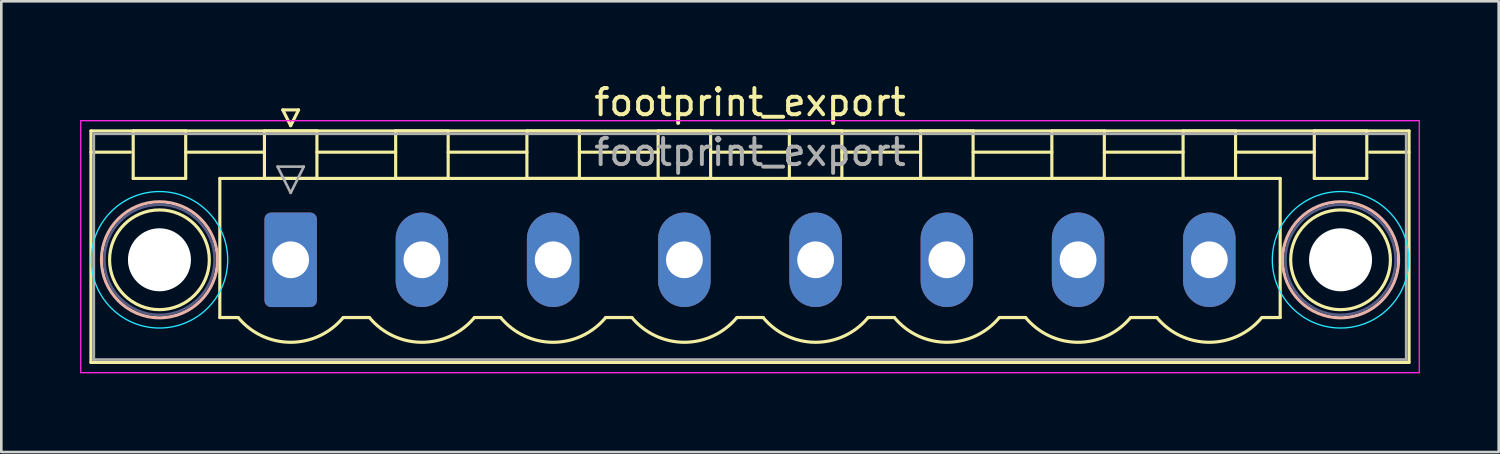
<source format=kicad_pcb>
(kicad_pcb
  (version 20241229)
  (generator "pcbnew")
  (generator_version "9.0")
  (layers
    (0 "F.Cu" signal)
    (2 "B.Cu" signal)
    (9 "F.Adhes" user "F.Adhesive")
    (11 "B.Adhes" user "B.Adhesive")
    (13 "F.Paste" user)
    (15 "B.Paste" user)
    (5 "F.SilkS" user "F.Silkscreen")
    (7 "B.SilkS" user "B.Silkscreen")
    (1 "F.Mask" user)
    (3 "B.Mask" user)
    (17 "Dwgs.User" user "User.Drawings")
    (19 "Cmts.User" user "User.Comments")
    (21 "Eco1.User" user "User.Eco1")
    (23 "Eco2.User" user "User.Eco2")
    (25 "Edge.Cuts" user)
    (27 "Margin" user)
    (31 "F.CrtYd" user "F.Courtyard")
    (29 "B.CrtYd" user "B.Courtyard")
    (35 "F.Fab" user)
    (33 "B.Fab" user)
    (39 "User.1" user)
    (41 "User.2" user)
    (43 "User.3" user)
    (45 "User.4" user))
  (footprint "footprint_export"
    (layer "F.Cu")
    (at 8.025 6.848)
    (property "Reference" "footprint_export" (at 17.5 -6 0) (layer "F.SilkS") (effects (font (size 1 1) (thickness 0.15))))
    (attr through_hole)
    (fp_line (start -7.61 -4.91) (end -7.61 3.91) (stroke (width 0.12) (type solid)) (layer "F.SilkS"))
    (fp_line (start -7.61 -4.1) (end -6.11 -4.1) (stroke (width 0.12) (type solid)) (layer "F.SilkS"))
    (fp_line (start -7.61 3.91) (end 42.61 3.91) (stroke (width 0.12) (type solid)) (layer "F.SilkS"))
    (fp_line (start -6 -4.91) (end -4 -4.91) (stroke (width 0.12) (type solid)) (layer "F.SilkS"))
    (fp_line (start -6 -3.1) (end -6 -4.91) (stroke (width 0.12) (type solid)) (layer "F.SilkS"))
    (fp_line (start -4 -4.91) (end -4 -3.1) (stroke (width 0.12) (type solid)) (layer "F.SilkS"))
    (fp_line (start -4 -4.1) (end -1 -4.1) (stroke (width 0.12) (type solid)) (layer "F.SilkS"))
    (fp_line (start -4 -3.1) (end -6 -3.1) (stroke (width 0.12) (type solid)) (layer "F.SilkS"))
    (fp_line (start -2.7 -3.1) (end 37.7 -3.1) (stroke (width 0.12) (type solid)) (layer "F.SilkS"))
    (fp_line (start -2.7 2.2) (end -2.7 -3.1) (stroke (width 0.12) (type solid)) (layer "F.SilkS"))
    (fp_line (start -2 2.2) (end -2.7 2.2) (stroke (width 0.12) (type solid)) (layer "F.SilkS"))
    (fp_line (start -1 -4.91) (end 1 -4.91) (stroke (width 0.12) (type solid)) (layer "F.SilkS"))
    (fp_line (start -1 -3.1) (end -1 -4.91) (stroke (width 0.12) (type solid)) (layer "F.SilkS"))
    (fp_line (start -0.3 -5.71) (end 0.3 -5.71) (stroke (width 0.12) (type solid)) (layer "F.SilkS"))
    (fp_line (start 0 -5.11) (end -0.3 -5.71) (stroke (width 0.12) (type solid)) (layer "F.SilkS"))
    (fp_line (start 0.3 -5.71) (end 0 -5.11) (stroke (width 0.12) (type solid)) (layer "F.SilkS"))
    (fp_line (start 1 -4.91) (end 1 -3.1) (stroke (width 0.12) (type solid)) (layer "F.SilkS"))
    (fp_line (start 1 -4.1) (end 4 -4.1) (stroke (width 0.12) (type solid)) (layer "F.SilkS"))
    (fp_line (start 1 -3.1) (end -1 -3.1) (stroke (width 0.12) (type solid)) (layer "F.SilkS"))
    (fp_line (start 2 2.2) (end 3 2.2) (stroke (width 0.12) (type solid)) (layer "F.SilkS"))
    (fp_line (start 4 -4.91) (end 6 -4.91) (stroke (width 0.12) (type solid)) (layer "F.SilkS"))
    (fp_line (start 4 -3.1) (end 4 -4.91) (stroke (width 0.12) (type solid)) (layer "F.SilkS"))
    (fp_line (start 6 -4.91) (end 6 -3.1) (stroke (width 0.12) (type solid)) (layer "F.SilkS"))
    (fp_line (start 6 -4.1) (end 9 -4.1) (stroke (width 0.12) (type solid)) (layer "F.SilkS"))
    (fp_line (start 6 -3.1) (end 4 -3.1) (stroke (width 0.12) (type solid)) (layer "F.SilkS"))
    (fp_line (start 7 2.2) (end 8 2.2) (stroke (width 0.12) (type solid)) (layer "F.SilkS"))
    (fp_line (start 9 -4.91) (end 11 -4.91) (stroke (width 0.12) (type solid)) (layer "F.SilkS"))
    (fp_line (start 9 -3.1) (end 9 -4.91) (stroke (width 0.12) (type solid)) (layer "F.SilkS"))
    (fp_line (start 11 -4.91) (end 11 -3.1) (stroke (width 0.12) (type solid)) (layer "F.SilkS"))
    (fp_line (start 11 -4.1) (end 14 -4.1) (stroke (width 0.12) (type solid)) (layer "F.SilkS"))
    (fp_line (start 11 -3.1) (end 9 -3.1) (stroke (width 0.12) (type solid)) (layer "F.SilkS"))
    (fp_line (start 12 2.2) (end 13 2.2) (stroke (width 0.12) (type solid)) (layer "F.SilkS"))
    (fp_line (start 14 -4.91) (end 16 -4.91) (stroke (width 0.12) (type solid)) (layer "F.SilkS"))
    (fp_line (start 14 -3.1) (end 14 -4.91) (stroke (width 0.12) (type solid)) (layer "F.SilkS"))
    (fp_line (start 16 -4.91) (end 16 -3.1) (stroke (width 0.12) (type solid)) (layer "F.SilkS"))
    (fp_line (start 16 -4.1) (end 19 -4.1) (stroke (width 0.12) (type solid)) (layer "F.SilkS"))
    (fp_line (start 16 -3.1) (end 14 -3.1) (stroke (width 0.12) (type solid)) (layer "F.SilkS"))
    (fp_line (start 17 2.2) (end 18 2.2) (stroke (width 0.12) (type solid)) (layer "F.SilkS"))
    (fp_line (start 19 -4.91) (end 21 -4.91) (stroke (width 0.12) (type solid)) (layer "F.SilkS"))
    (fp_line (start 19 -3.1) (end 19 -4.91) (stroke (width 0.12) (type solid)) (layer "F.SilkS"))
    (fp_line (start 21 -4.91) (end 21 -3.1) (stroke (width 0.12) (type solid)) (layer "F.SilkS"))
    (fp_line (start 21 -4.1) (end 24 -4.1) (stroke (width 0.12) (type solid)) (layer "F.SilkS"))
    (fp_line (start 21 -3.1) (end 19 -3.1) (stroke (width 0.12) (type solid)) (layer "F.SilkS"))
    (fp_line (start 22 2.2) (end 23 2.2) (stroke (width 0.12) (type solid)) (layer "F.SilkS"))
    (fp_line (start 24 -4.91) (end 26 -4.91) (stroke (width 0.12) (type solid)) (layer "F.SilkS"))
    (fp_line (start 24 -3.1) (end 24 -4.91) (stroke (width 0.12) (type solid)) (layer "F.SilkS"))
    (fp_line (start 26 -4.91) (end 26 -3.1) (stroke (width 0.12) (type solid)) (layer "F.SilkS"))
    (fp_line (start 26 -4.1) (end 29 -4.1) (stroke (width 0.12) (type solid)) (layer "F.SilkS"))
    (fp_line (start 26 -3.1) (end 24 -3.1) (stroke (width 0.12) (type solid)) (layer "F.SilkS"))
    (fp_line (start 27 2.2) (end 28 2.2) (stroke (width 0.12) (type solid)) (layer "F.SilkS"))
    (fp_line (start 29 -4.91) (end 31 -4.91) (stroke (width 0.12) (type solid)) (layer "F.SilkS"))
    (fp_line (start 29 -3.1) (end 29 -4.91) (stroke (width 0.12) (type solid)) (layer "F.SilkS"))
    (fp_line (start 31 -4.91) (end 31 -3.1) (stroke (width 0.12) (type solid)) (layer "F.SilkS"))
    (fp_line (start 31 -4.1) (end 34 -4.1) (stroke (width 0.12) (type solid)) (layer "F.SilkS"))
    (fp_line (start 31 -3.1) (end 29 -3.1) (stroke (width 0.12) (type solid)) (layer "F.SilkS"))
    (fp_line (start 32 2.2) (end 33 2.2) (stroke (width 0.12) (type solid)) (layer "F.SilkS"))
    (fp_line (start 34 -4.91) (end 36 -4.91) (stroke (width 0.12) (type solid)) (layer "F.SilkS"))
    (fp_line (start 34 -3.1) (end 34 -4.91) (stroke (width 0.12) (type solid)) (layer "F.SilkS"))
    (fp_line (start 36 -4.91) (end 36 -3.1) (stroke (width 0.12) (type solid)) (layer "F.SilkS"))
    (fp_line (start 36 -4.1) (end 39 -4.1) (stroke (width 0.12) (type solid)) (layer "F.SilkS"))
    (fp_line (start 36 -3.1) (end 34 -3.1) (stroke (width 0.12) (type solid)) (layer "F.SilkS"))
    (fp_line (start 37.7 -3.1) (end 37.7 2.2) (stroke (width 0.12) (type solid)) (layer "F.SilkS"))
    (fp_line (start 37.7 2.2) (end 37 2.2) (stroke (width 0.12) (type solid)) (layer "F.SilkS"))
    (fp_line (start 39 -4.91) (end 41 -4.91) (stroke (width 0.12) (type solid)) (layer "F.SilkS"))
    (fp_line (start 39 -3.1) (end 39 -4.91) (stroke (width 0.12) (type solid)) (layer "F.SilkS"))
    (fp_line (start 41 -4.91) (end 41 -3.1) (stroke (width 0.12) (type solid)) (layer "F.SilkS"))
    (fp_line (start 41 -3.1) (end 39 -3.1) (stroke (width 0.12) (type solid)) (layer "F.SilkS"))
    (fp_line (start 42.61 -4.91) (end -7.61 -4.91) (stroke (width 0.12) (type solid)) (layer "F.SilkS"))
    (fp_line (start 42.61 -4.1) (end 41.11 -4.1) (stroke (width 0.12) (type solid)) (layer "F.SilkS"))
    (fp_line (start 42.61 3.91) (end 42.61 -4.91) (stroke (width 0.12) (type solid)) (layer "F.SilkS"))
    (fp_arc (start 1.986842 2.215821) (mid -0.010289 3.142758) (end -2 2.2) (stroke (width 0.12) (type solid)) (layer "F.SilkS"))
    (fp_arc (start 6.986842 2.215821) (mid 4.989711 3.142758) (end 3 2.2) (stroke (width 0.12) (type solid)) (layer "F.SilkS"))
    (fp_arc (start 11.986842 2.215821) (mid 9.989711 3.142758) (end 8 2.2) (stroke (width 0.12) (type solid)) (layer "F.SilkS"))
    (fp_arc (start 16.986842 2.215821) (mid 14.989711 3.142758) (end 13 2.2) (stroke (width 0.12) (type solid)) (layer "F.SilkS"))
    (fp_arc (start 21.986842 2.215821) (mid 19.989711 3.142758) (end 18 2.2) (stroke (width 0.12) (type solid)) (layer "F.SilkS"))
    (fp_arc (start 26.986842 2.215821) (mid 24.989711 3.142758) (end 23 2.2) (stroke (width 0.12) (type solid)) (layer "F.SilkS"))
    (fp_arc (start 31.986842 2.215821) (mid 29.989711 3.142758) (end 28 2.2) (stroke (width 0.12) (type solid)) (layer "F.SilkS"))
    (fp_arc (start 36.986842 2.215821) (mid 34.989711 3.142758) (end 33 2.2) (stroke (width 0.12) (type solid)) (layer "F.SilkS"))
    (fp_circle (center -5 0) (end -3.1 0) (stroke (width 0.12) (type solid)) (fill no) (layer "F.SilkS"))
    (fp_circle (center 40 0) (end 41.9 0) (stroke (width 0.12) (type solid)) (fill no) (layer "F.SilkS"))
    (fp_circle (center -5 0) (end -2.79 0) (stroke (width 0.12) (type solid)) (fill no) (layer "B.SilkS"))
    (fp_circle (center 40 0) (end 42.21 0) (stroke (width 0.12) (type solid)) (fill no) (layer "B.SilkS"))
    (fp_circle (center -5 0) (end -2.4 0) (stroke (width 0.05) (type solid)) (fill no) (layer "B.CrtYd"))
    (fp_circle (center 40 0) (end 42.6 0) (stroke (width 0.05) (type solid)) (fill no) (layer "B.CrtYd"))
    (fp_line (start -8 -5.3) (end -8 4.3) (stroke (width 0.05) (type solid)) (layer "F.CrtYd"))
    (fp_line (start -8 4.3) (end 43 4.3) (stroke (width 0.05) (type solid)) (layer "F.CrtYd"))
    (fp_line (start 43 -5.3) (end -8 -5.3) (stroke (width 0.05) (type solid)) (layer "F.CrtYd"))
    (fp_line (start 43 4.3) (end 43 -5.3) (stroke (width 0.05) (type solid)) (layer "F.CrtYd"))
    (fp_circle (center -5 0) (end -2.9 0) (stroke (width 0.1) (type solid)) (fill no) (layer "B.Fab"))
    (fp_circle (center 40 0) (end 42.1 0) (stroke (width 0.1) (type solid)) (fill no) (layer "B.Fab"))
    (fp_line (start -7.5 -4.8) (end -7.5 3.8) (stroke (width 0.1) (type solid)) (layer "F.Fab"))
    (fp_line (start -7.5 3.8) (end 42.5 3.8) (stroke (width 0.1) (type solid)) (layer "F.Fab"))
    (fp_line (start -0.5 -3.55) (end 0.5 -3.55) (stroke (width 0.1) (type solid)) (layer "F.Fab"))
    (fp_line (start 0 -2.55) (end -0.5 -3.55) (stroke (width 0.1) (type solid)) (layer "F.Fab"))
    (fp_line (start 0.5 -3.55) (end 0 -2.55) (stroke (width 0.1) (type solid)) (layer "F.Fab"))
    (fp_line (start 42.5 -4.8) (end -7.5 -4.8) (stroke (width 0.1) (type solid)) (layer "F.Fab"))
    (fp_line (start 42.5 3.8) (end 42.5 -4.8) (stroke (width 0.1) (type solid)) (layer "F.Fab"))
    (fp_text user "${REFERENCE}" (at 17.5 -4.1 0) (layer "F.Fab") (effects (font (size 1 1) (thickness 0.15))))
    (pad "" np_thru_hole circle (at -5 0) (size 2.4 2.4) (drill 2.4) (layers "*.Cu" "*.Mask"))
    (pad "" np_thru_hole circle (at 40 0) (size 2.4 2.4) (drill 2.4) (layers "*.Cu" "*.Mask"))
    (pad "1" thru_hole roundrect (at 0 0) (size 2 3.6) (drill 1.4) (layers "*.Cu" "*.Mask") (roundrect_rratio 0.125))
    (pad "2" thru_hole oval (at 5 0) (size 2 3.6) (drill 1.4) (layers "*.Cu" "*.Mask"))
    (pad "3" thru_hole oval (at 10 0) (size 2 3.6) (drill 1.4) (layers "*.Cu" "*.Mask"))
    (pad "4" thru_hole oval (at 15 0) (size 2 3.6) (drill 1.4) (layers "*.Cu" "*.Mask"))
    (pad "5" thru_hole oval (at 20 0) (size 2 3.6) (drill 1.4) (layers "*.Cu" "*.Mask"))
    (pad "6" thru_hole oval (at 25 0) (size 2 3.6) (drill 1.4) (layers "*.Cu" "*.Mask"))
    (pad "7" thru_hole oval (at 30 0) (size 2 3.6) (drill 1.4) (layers "*.Cu" "*.Mask"))
    (pad "8" thru_hole oval (at 35 0) (size 2 3.6) (drill 1.4) (layers "*.Cu" "*.Mask")))
  (gr_rect
    (start -3 -3)
    (end 54.05 14.173)
    (stroke (width 0.1) (type default))
    (fill no)
    (layer "Edge.Cuts")))
</source>
